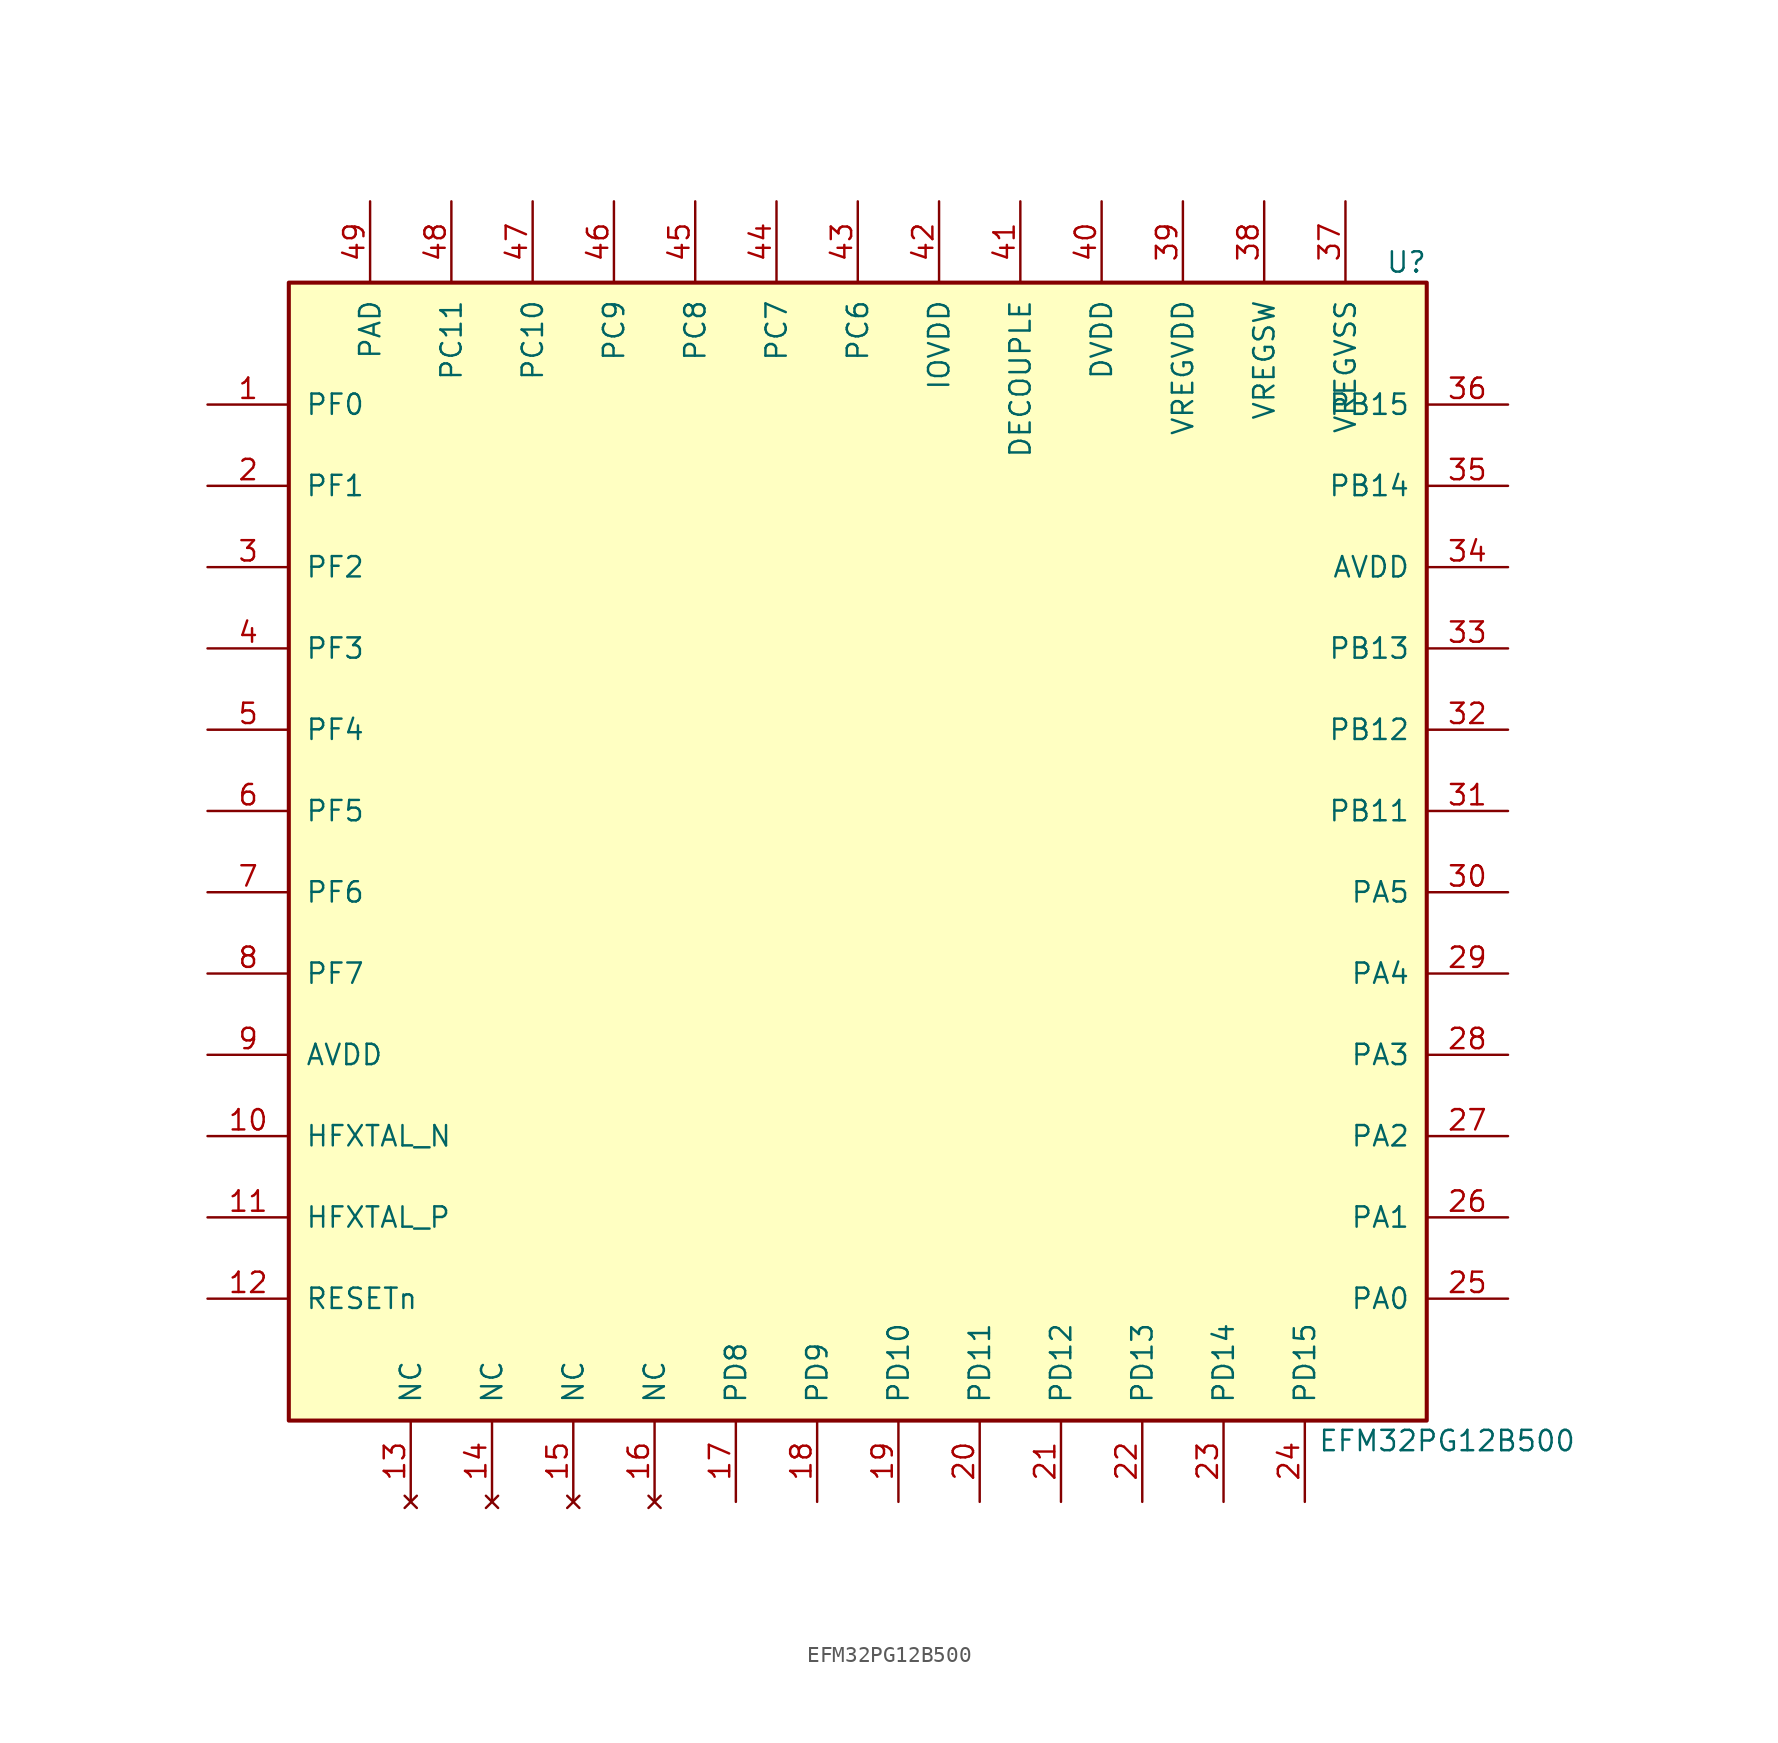
<source format=kicad_sym>
(kicad_symbol_lib
  (version 20211014)
  (generator kicad_symbol_editor)
  (symbol "EFM32PG12B500"
    (pin_names
      (offset 1.016))
    (property "Reference" "U"
      (at 34.29 36.83 0)
      (effects (font (size 1.27 1.27))))
    (property "Value" "EFM32PG12B500"
      (at 36.83 -36.83 0)
      (effects (font (size 1.27 1.27))))
    (symbol "EFM32PG12B500_0_1"
      (rectangle (start -35.56 35.56) (end 35.56 -35.56) (stroke (width 0.254) (type default) (color 0 0 0 0)) (fill (type background))))
    (symbol "EFM32PG12B500_1_1"
      (pin passive line (at -40.64 27.94 0) (length 5.08) (name "PF0" (effects (font (size 1.27 1.27)))) (number "1" (effects (font (size 1.27 1.27)))))
      (pin passive line (at -40.64 -17.78 0) (length 5.08) (name "HFXTAL_N" (effects (font (size 1.27 1.27)))) (number "10" (effects (font (size 1.27 1.27)))))
      (pin passive line (at -40.64 -22.86 0) (length 5.08) (name "HFXTAL_P" (effects (font (size 1.27 1.27)))) (number "11" (effects (font (size 1.27 1.27)))))
      (pin input line (at -40.64 -27.94 0) (length 5.08) (name "RESETn" (effects (font (size 1.27 1.27)))) (number "12" (effects (font (size 1.27 1.27)))))
      (pin no_connect line (at -27.94 -40.64 90) (length 5.08) (name "NC" (effects (font (size 1.27 1.27)))) (number "13" (effects (font (size 1.27 1.27)))))
      (pin no_connect line (at -22.86 -40.64 90) (length 5.08) (name "NC" (effects (font (size 1.27 1.27)))) (number "14" (effects (font (size 1.27 1.27)))))
      (pin no_connect line (at -17.78 -40.64 90) (length 5.08) (name "NC" (effects (font (size 1.27 1.27)))) (number "15" (effects (font (size 1.27 1.27)))))
      (pin no_connect line (at -12.7 -40.64 90) (length 5.08) (name "NC" (effects (font (size 1.27 1.27)))) (number "16" (effects (font (size 1.27 1.27)))))
      (pin bidirectional line (at -7.62 -40.64 90) (length 5.08) (name "PD8" (effects (font (size 1.27 1.27)))) (number "17" (effects (font (size 1.27 1.27)))))
      (pin bidirectional line (at -2.54 -40.64 90) (length 5.08) (name "PD9" (effects (font (size 1.27 1.27)))) (number "18" (effects (font (size 1.27 1.27)))))
      (pin bidirectional line (at 2.54 -40.64 90) (length 5.08) (name "PD10" (effects (font (size 1.27 1.27)))) (number "19" (effects (font (size 1.27 1.27)))))
      (pin passive line (at -40.64 22.86 0) (length 5.08) (name "PF1" (effects (font (size 1.27 1.27)))) (number "2" (effects (font (size 1.27 1.27)))))
      (pin bidirectional line (at 7.62 -40.64 90) (length 5.08) (name "PD11" (effects (font (size 1.27 1.27)))) (number "20" (effects (font (size 1.27 1.27)))))
      (pin bidirectional line (at 12.7 -40.64 90) (length 5.08) (name "PD12" (effects (font (size 1.27 1.27)))) (number "21" (effects (font (size 1.27 1.27)))))
      (pin bidirectional line (at 17.78 -40.64 90) (length 5.08) (name "PD13" (effects (font (size 1.27 1.27)))) (number "22" (effects (font (size 1.27 1.27)))))
      (pin bidirectional line (at 22.86 -40.64 90) (length 5.08) (name "PD14" (effects (font (size 1.27 1.27)))) (number "23" (effects (font (size 1.27 1.27)))))
      (pin bidirectional line (at 27.94 -40.64 90) (length 5.08) (name "PD15" (effects (font (size 1.27 1.27)))) (number "24" (effects (font (size 1.27 1.27)))))
      (pin bidirectional line (at 40.64 -27.94 180) (length 5.08) (name "PA0" (effects (font (size 1.27 1.27)))) (number "25" (effects (font (size 1.27 1.27)))))
      (pin bidirectional line (at 40.64 -22.86 180) (length 5.08) (name "PA1" (effects (font (size 1.27 1.27)))) (number "26" (effects (font (size 1.27 1.27)))))
      (pin bidirectional line (at 40.64 -17.78 180) (length 5.08) (name "PA2" (effects (font (size 1.27 1.27)))) (number "27" (effects (font (size 1.27 1.27)))))
      (pin bidirectional line (at 40.64 -12.7 180) (length 5.08) (name "PA3" (effects (font (size 1.27 1.27)))) (number "28" (effects (font (size 1.27 1.27)))))
      (pin bidirectional line (at 40.64 -7.62 180) (length 5.08) (name "PA4" (effects (font (size 1.27 1.27)))) (number "29" (effects (font (size 1.27 1.27)))))
      (pin bidirectional line (at -40.64 17.78 0) (length 5.08) (name "PF2" (effects (font (size 1.27 1.27)))) (number "3" (effects (font (size 1.27 1.27)))))
      (pin bidirectional line (at 40.64 -2.54 180) (length 5.08) (name "PA5" (effects (font (size 1.27 1.27)))) (number "30" (effects (font (size 1.27 1.27)))))
      (pin bidirectional line (at 40.64 2.54 180) (length 5.08) (name "PB11" (effects (font (size 1.27 1.27)))) (number "31" (effects (font (size 1.27 1.27)))))
      (pin bidirectional line (at 40.64 7.62 180) (length 5.08) (name "PB12" (effects (font (size 1.27 1.27)))) (number "32" (effects (font (size 1.27 1.27)))))
      (pin bidirectional line (at 40.64 12.7 180) (length 5.08) (name "PB13" (effects (font (size 1.27 1.27)))) (number "33" (effects (font (size 1.27 1.27)))))
      (pin power_in line (at 40.64 17.78 180) (length 5.08) (name "AVDD" (effects (font (size 1.27 1.27)))) (number "34" (effects (font (size 1.27 1.27)))))
      (pin bidirectional line (at 40.64 22.86 180) (length 5.08) (name "PB14" (effects (font (size 1.27 1.27)))) (number "35" (effects (font (size 1.27 1.27)))))
      (pin bidirectional line (at 40.64 27.94 180) (length 5.08) (name "PB15" (effects (font (size 1.27 1.27)))) (number "36" (effects (font (size 1.27 1.27)))))
      (pin power_in line (at 30.48 40.64 270) (length 5.08) (name "VREGVSS" (effects (font (size 1.27 1.27)))) (number "37" (effects (font (size 1.27 1.27)))))
      (pin passive line (at 25.4 40.64 270) (length 5.08) (name "VREGSW" (effects (font (size 1.27 1.27)))) (number "38" (effects (font (size 1.27 1.27)))))
      (pin power_in line (at 20.32 40.64 270) (length 5.08) (name "VREGVDD" (effects (font (size 1.27 1.27)))) (number "39" (effects (font (size 1.27 1.27)))))
      (pin bidirectional line (at -40.64 12.7 0) (length 5.08) (name "PF3" (effects (font (size 1.27 1.27)))) (number "4" (effects (font (size 1.27 1.27)))))
      (pin power_in line (at 15.24 40.64 270) (length 5.08) (name "DVDD" (effects (font (size 1.27 1.27)))) (number "40" (effects (font (size 1.27 1.27)))))
      (pin passive line (at 10.16 40.64 270) (length 5.08) (name "DECOUPLE" (effects (font (size 1.27 1.27)))) (number "41" (effects (font (size 1.27 1.27)))))
      (pin power_in line (at 5.08 40.64 270) (length 5.08) (name "IOVDD" (effects (font (size 1.27 1.27)))) (number "42" (effects (font (size 1.27 1.27)))))
      (pin bidirectional line (at 0 40.64 270) (length 5.08) (name "PC6" (effects (font (size 1.27 1.27)))) (number "43" (effects (font (size 1.27 1.27)))))
      (pin bidirectional line (at -5.08 40.64 270) (length 5.08) (name "PC7" (effects (font (size 1.27 1.27)))) (number "44" (effects (font (size 1.27 1.27)))))
      (pin bidirectional line (at -10.16 40.64 270) (length 5.08) (name "PC8" (effects (font (size 1.27 1.27)))) (number "45" (effects (font (size 1.27 1.27)))))
      (pin bidirectional line (at -15.24 40.64 270) (length 5.08) (name "PC9" (effects (font (size 1.27 1.27)))) (number "46" (effects (font (size 1.27 1.27)))))
      (pin bidirectional line (at -20.32 40.64 270) (length 5.08) (name "PC10" (effects (font (size 1.27 1.27)))) (number "47" (effects (font (size 1.27 1.27)))))
      (pin bidirectional line (at -25.4 40.64 270) (length 5.08) (name "PC11" (effects (font (size 1.27 1.27)))) (number "48" (effects (font (size 1.27 1.27)))))
      (pin power_in line (at -30.48 40.64 270) (length 5.08) (name "PAD" (effects (font (size 1.27 1.27)))) (number "49" (effects (font (size 1.27 1.27)))))
      (pin bidirectional line (at -40.64 7.62 0) (length 5.08) (name "PF4" (effects (font (size 1.27 1.27)))) (number "5" (effects (font (size 1.27 1.27)))))
      (pin bidirectional line (at -40.64 2.54 0) (length 5.08) (name "PF5" (effects (font (size 1.27 1.27)))) (number "6" (effects (font (size 1.27 1.27)))))
      (pin bidirectional line (at -40.64 -2.54 0) (length 5.08) (name "PF6" (effects (font (size 1.27 1.27)))) (number "7" (effects (font (size 1.27 1.27)))))
      (pin bidirectional line (at -40.64 -7.62 0) (length 5.08) (name "PF7" (effects (font (size 1.27 1.27)))) (number "8" (effects (font (size 1.27 1.27)))))
      (pin power_in line (at -40.64 -12.7 0) (length 5.08) (name "AVDD" (effects (font (size 1.27 1.27)))) (number "9" (effects (font (size 1.27 1.27))))))))
</source>
